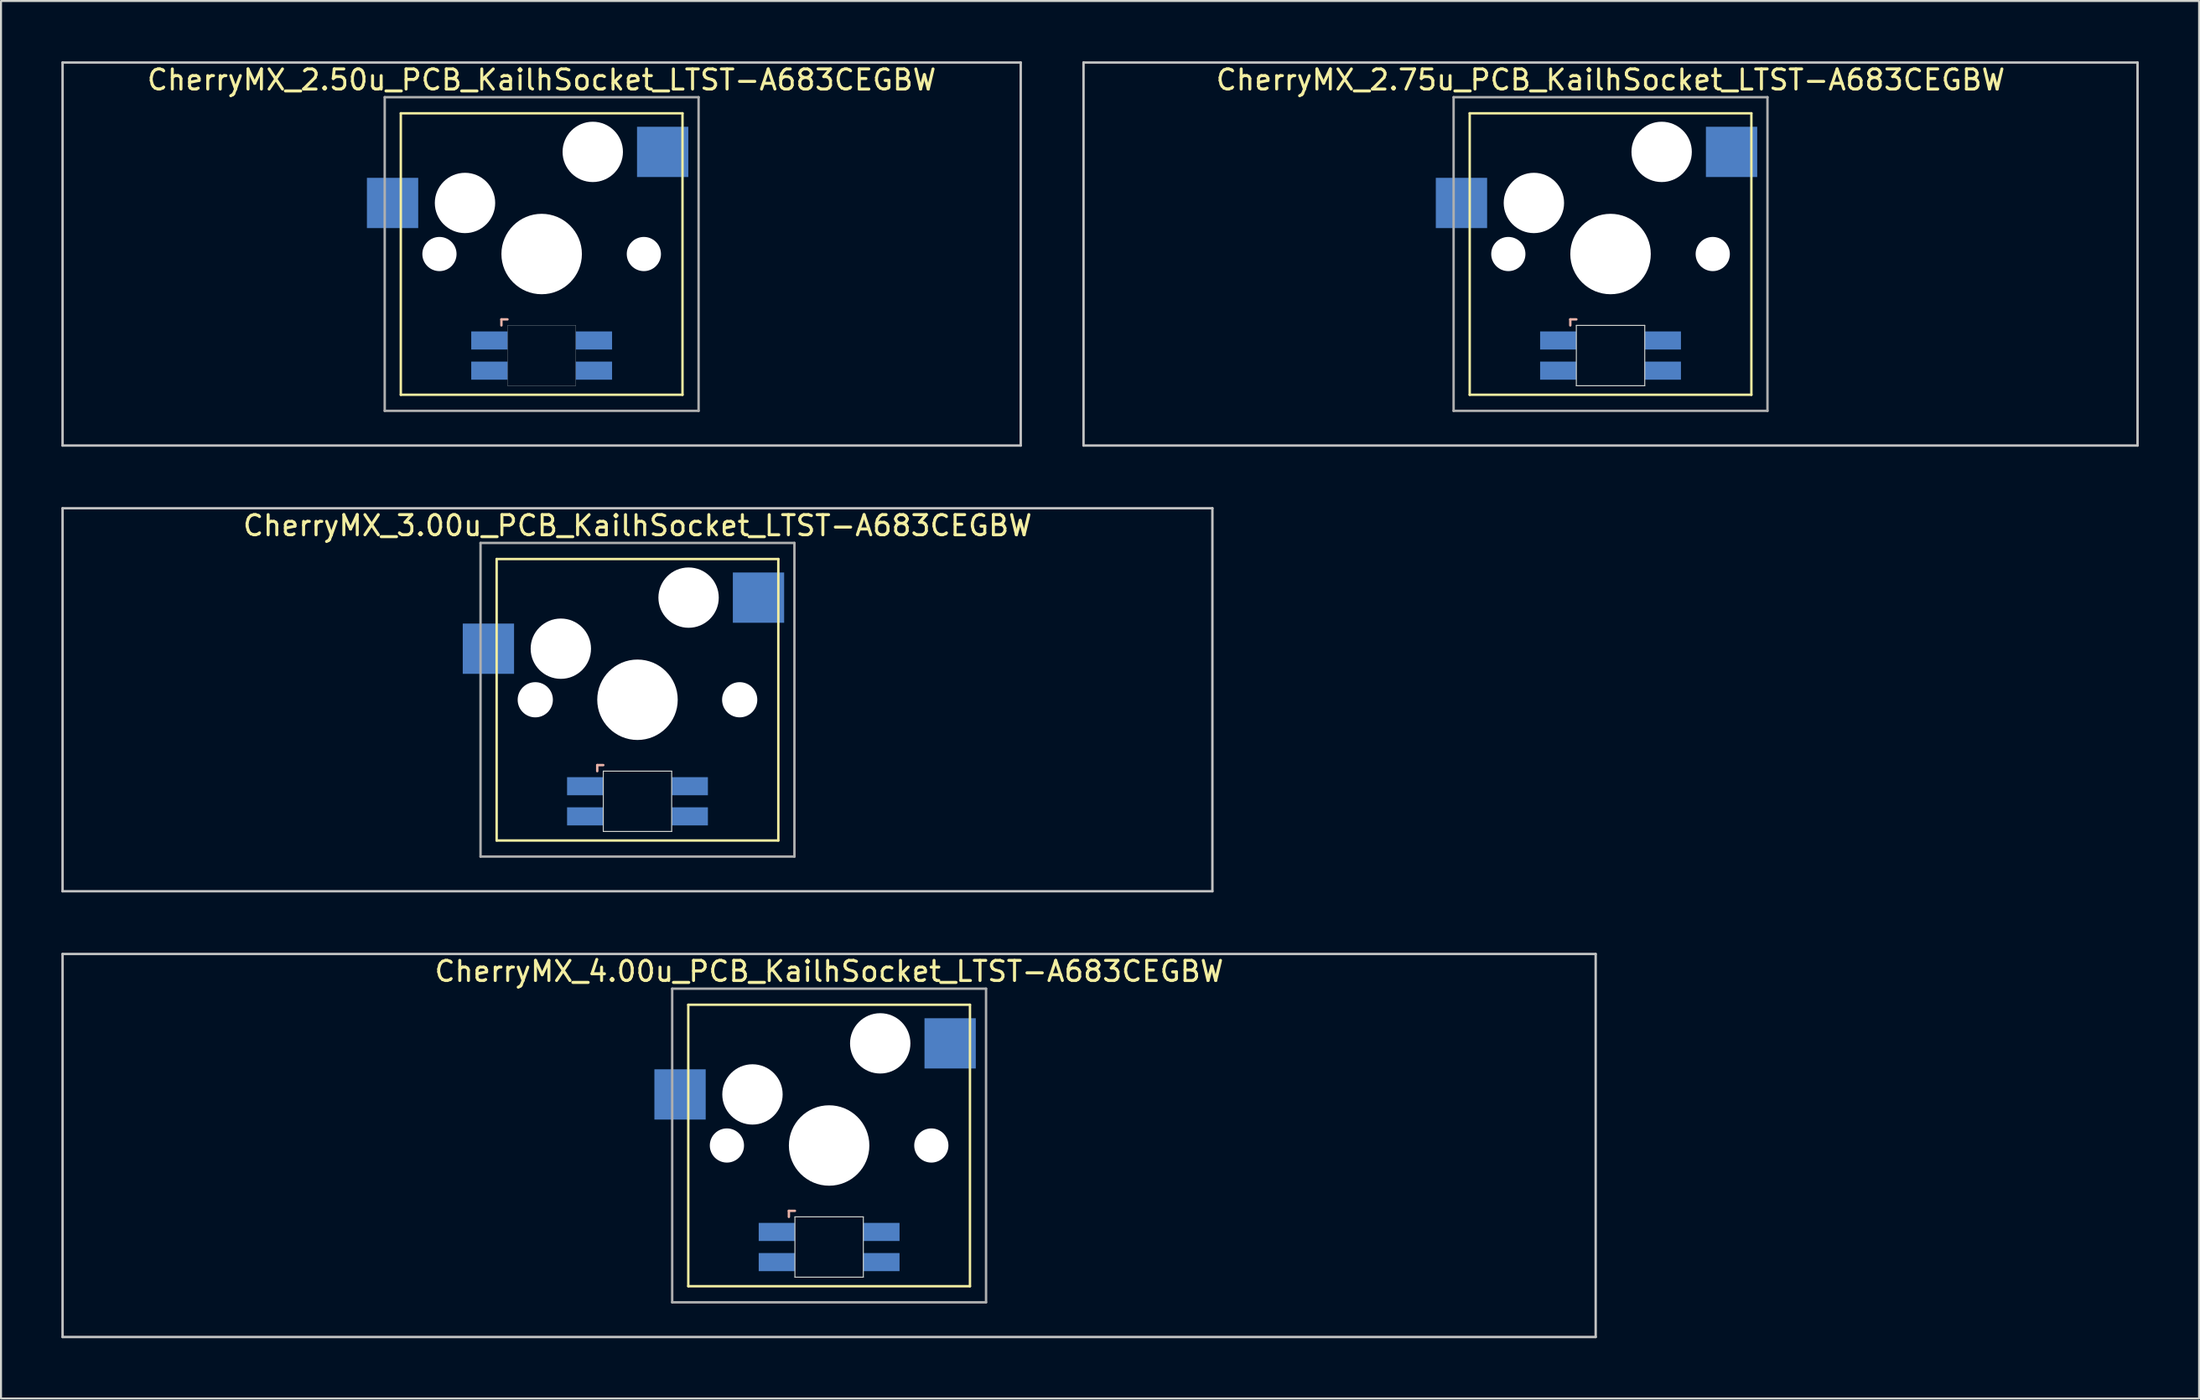
<source format=kicad_pcb>
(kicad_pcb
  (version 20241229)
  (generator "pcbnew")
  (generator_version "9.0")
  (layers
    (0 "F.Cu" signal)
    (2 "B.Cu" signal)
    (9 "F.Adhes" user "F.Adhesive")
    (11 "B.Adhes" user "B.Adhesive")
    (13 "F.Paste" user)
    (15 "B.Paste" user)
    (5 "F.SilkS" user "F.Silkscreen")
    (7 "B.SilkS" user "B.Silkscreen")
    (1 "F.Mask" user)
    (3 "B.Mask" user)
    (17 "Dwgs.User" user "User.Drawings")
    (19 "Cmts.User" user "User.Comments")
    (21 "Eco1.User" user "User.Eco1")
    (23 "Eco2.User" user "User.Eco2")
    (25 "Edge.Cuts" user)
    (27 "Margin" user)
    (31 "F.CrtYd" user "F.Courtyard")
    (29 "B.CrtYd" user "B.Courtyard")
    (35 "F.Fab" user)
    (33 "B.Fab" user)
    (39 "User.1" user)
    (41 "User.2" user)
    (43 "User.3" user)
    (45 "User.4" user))
  (footprint "CherryMX_2.50u_PCB_KailhSocket_LTST-A683CEGBW"
    (layer "F.Cu")
    (at 23.872 9.585)
    (property "Reference" "CherryMX_2.50u_PCB_KailhSocket_LTST-A683CEGBW" (at 0 -8.662 0) (layer "F.SilkS") (effects (font (size 1 1) (thickness 0.15))))
    (attr through_hole)
    (fp_line (start -7 -7) (end -7 7) (stroke (width 0.12) (type solid)) (layer "F.SilkS"))
    (fp_line (start -7 -7) (end 7 -7) (stroke (width 0.12) (type solid)) (layer "F.SilkS"))
    (fp_line (start 7 -7) (end 7 7) (stroke (width 0.12) (type solid)) (layer "F.SilkS"))
    (fp_line (start 7 7) (end -7 7) (stroke (width 0.12) (type solid)) (layer "F.SilkS"))
    (fp_line (start -2 3.25) (end -2 3.55) (stroke (width 0.12) (type solid)) (layer "B.SilkS"))
    (fp_line (start -1.7 3.25) (end -2 3.25) (stroke (width 0.12) (type solid)) (layer "B.SilkS"))
    (fp_line (start -23.812 -9.525) (end 23.812 -9.525) (stroke (width 0.12) (type solid)) (layer "Dwgs.User"))
    (fp_line (start -23.812 9.525) (end -23.812 -9.525) (stroke (width 0.12) (type solid)) (layer "Dwgs.User"))
    (fp_line (start 23.812 -9.525) (end 23.812 9.525) (stroke (width 0.12) (type solid)) (layer "Dwgs.User"))
    (fp_line (start 23.812 9.525) (end -23.812 9.525) (stroke (width 0.12) (type solid)) (layer "Dwgs.User"))
    (fp_poly (pts (xy 1.7 6.55) (xy -1.7 6.55) (xy -1.7 3.55) (xy 1.7 3.55)) (stroke (width 0.01) (type solid)) (fill no) (layer "Edge.Cuts"))
    (fp_line (start -7.8 -7.8) (end -7.8 7.8) (stroke (width 0.12) (type solid)) (layer "F.Fab"))
    (fp_line (start -7.8 -7.8) (end 7.8 -7.8) (stroke (width 0.12) (type solid)) (layer "F.Fab"))
    (fp_line (start -7.8 7.8) (end 7.8 7.8) (stroke (width 0.12) (type solid)) (layer "F.Fab"))
    (fp_line (start 7.8 -7.8) (end 7.8 7.8) (stroke (width 0.12) (type solid)) (layer "F.Fab"))
    (pad "" np_thru_hole circle (at -5.08 0) (size 1.7 1.7) (drill 1.7) (layers "*.Cu" "*.Mask"))
    (pad "" np_thru_hole circle (at -3.81 -2.54) (size 3 3) (drill 3) (layers "*.Cu" "*.Mask"))
    (pad "" np_thru_hole circle (at 0 0) (size 4 4) (drill 4) (layers "*.Cu" "*.Mask"))
    (pad "" np_thru_hole circle (at 2.54 -5.08) (size 3 3) (drill 3) (layers "*.Cu" "*.Mask"))
    (pad "" np_thru_hole circle (at 5.08 0) (size 1.7 1.7) (drill 1.7) (layers "*.Cu" "*.Mask"))
    (pad "1" smd rect (at -7.41 -2.54) (size 2.55 2.5) (layers "B.Cu" "B.Mask" "B.Paste"))
    (pad "2" smd rect (at 6.015 -5.08) (size 2.55 2.5) (layers "B.Cu" "B.Mask" "B.Paste"))
    (pad "3" smd rect (at -2.6 4.3) (size 1.8 0.9) (layers "B.Cu" "B.Mask" "B.Paste"))
    (pad "4" smd rect (at -2.6 5.8) (size 1.8 0.9) (layers "B.Cu" "B.Mask" "B.Paste"))
    (pad "5" smd rect (at 2.6 4.3) (size 1.8 0.9) (layers "B.Cu" "B.Mask" "B.Paste"))
    (pad "6" smd rect (at 2.6 5.8) (size 1.8 0.9) (layers "B.Cu" "B.Mask" "B.Paste")))
  (footprint "CherryMX_3.00u_PCB_KailhSocket_LTST-A683CEGBW"
    (layer "F.Cu")
    (at 28.635 31.755)
    (property "Reference" "CherryMX_3.00u_PCB_KailhSocket_LTST-A683CEGBW" (at 0 -8.662 0) (layer "F.SilkS") (effects (font (size 1 1) (thickness 0.15))))
    (attr through_hole)
    (fp_line (start -7 -7) (end -7 7) (stroke (width 0.12) (type solid)) (layer "F.SilkS"))
    (fp_line (start -7 -7) (end 7 -7) (stroke (width 0.12) (type solid)) (layer "F.SilkS"))
    (fp_line (start 7 -7) (end 7 7) (stroke (width 0.12) (type solid)) (layer "F.SilkS"))
    (fp_line (start 7 7) (end -7 7) (stroke (width 0.12) (type solid)) (layer "F.SilkS"))
    (fp_line (start -2 3.25) (end -2 3.55) (stroke (width 0.12) (type solid)) (layer "B.SilkS"))
    (fp_line (start -1.7 3.25) (end -2 3.25) (stroke (width 0.12) (type solid)) (layer "B.SilkS"))
    (fp_line (start -28.575 -9.525) (end 28.575 -9.525) (stroke (width 0.12) (type solid)) (layer "Dwgs.User"))
    (fp_line (start -28.575 9.525) (end -28.575 -9.525) (stroke (width 0.12) (type solid)) (layer "Dwgs.User"))
    (fp_line (start 28.575 -9.525) (end 28.575 9.525) (stroke (width 0.12) (type solid)) (layer "Dwgs.User"))
    (fp_line (start 28.575 9.525) (end -28.575 9.525) (stroke (width 0.12) (type solid)) (layer "Dwgs.User"))
    (fp_line (start -1.7 3.55) (end 1.7 3.55) (stroke (width 0.05) (type solid)) (layer "Edge.Cuts"))
    (fp_line (start -1.7 6.55) (end -1.7 3.55) (stroke (width 0.05) (type solid)) (layer "Edge.Cuts"))
    (fp_line (start 1.7 3.55) (end 1.7 6.55) (stroke (width 0.05) (type solid)) (layer "Edge.Cuts"))
    (fp_line (start 1.7 6.55) (end -1.7 6.55) (stroke (width 0.05) (type solid)) (layer "Edge.Cuts"))
    (fp_line (start -7.8 -7.8) (end -7.8 7.8) (stroke (width 0.12) (type solid)) (layer "F.Fab"))
    (fp_line (start -7.8 -7.8) (end 7.8 -7.8) (stroke (width 0.12) (type solid)) (layer "F.Fab"))
    (fp_line (start -7.8 7.8) (end 7.8 7.8) (stroke (width 0.12) (type solid)) (layer "F.Fab"))
    (fp_line (start 7.8 -7.8) (end 7.8 7.8) (stroke (width 0.12) (type solid)) (layer "F.Fab"))
    (pad "" np_thru_hole circle (at -5.08 0) (size 1.75 1.75) (drill 1.75) (layers "*.Cu" "*.Mask"))
    (pad "" np_thru_hole circle (at -3.81 -2.54) (size 3 3) (drill 3) (layers "*.Cu" "*.Mask"))
    (pad "" np_thru_hole circle (at 0 0) (size 4 4) (drill 4) (layers "*.Cu" "*.Mask"))
    (pad "" np_thru_hole circle (at 2.54 -5.08) (size 3 3) (drill 3) (layers "*.Cu" "*.Mask"))
    (pad "" np_thru_hole circle (at 5.08 0) (size 1.75 1.75) (drill 1.75) (layers "*.Cu" "*.Mask"))
    (pad "1" smd rect (at -7.41 -2.54) (size 2.55 2.5) (layers "B.Cu" "B.Mask" "B.Paste"))
    (pad "2" smd rect (at 6.015 -5.08) (size 2.55 2.5) (layers "B.Cu" "B.Mask" "B.Paste"))
    (pad "3" smd rect (at -2.6 4.3) (size 1.8 0.9) (layers "B.Cu" "B.Mask" "B.Paste"))
    (pad "4" smd rect (at -2.6 5.8) (size 1.8 0.9) (layers "B.Cu" "B.Mask" "B.Paste"))
    (pad "5" smd rect (at 2.6 4.3) (size 1.8 0.9) (layers "B.Cu" "B.Mask" "B.Paste"))
    (pad "6" smd rect (at 2.6 5.8) (size 1.8 0.9) (layers "B.Cu" "B.Mask" "B.Paste")))
  (footprint "CherryMX_4.00u_PCB_KailhSocket_LTST-A683CEGBW"
    (layer "F.Cu")
    (at 38.16 53.925)
    (property "Reference" "CherryMX_4.00u_PCB_KailhSocket_LTST-A683CEGBW" (at 0 -8.662 0) (layer "F.SilkS") (effects (font (size 1 1) (thickness 0.15))))
    (attr through_hole)
    (fp_line (start -7 -7) (end -7 7) (stroke (width 0.12) (type solid)) (layer "F.SilkS"))
    (fp_line (start -7 -7) (end 7 -7) (stroke (width 0.12) (type solid)) (layer "F.SilkS"))
    (fp_line (start 7 -7) (end 7 7) (stroke (width 0.12) (type solid)) (layer "F.SilkS"))
    (fp_line (start 7 7) (end -7 7) (stroke (width 0.12) (type solid)) (layer "F.SilkS"))
    (fp_line (start -2 3.25) (end -2 3.55) (stroke (width 0.12) (type solid)) (layer "B.SilkS"))
    (fp_line (start -1.7 3.25) (end -2 3.25) (stroke (width 0.12) (type solid)) (layer "B.SilkS"))
    (fp_line (start -38.1 -9.525) (end 38.1 -9.525) (stroke (width 0.12) (type solid)) (layer "Dwgs.User"))
    (fp_line (start -38.1 9.525) (end -38.1 -9.525) (stroke (width 0.12) (type solid)) (layer "Dwgs.User"))
    (fp_line (start 38.1 -9.525) (end 38.1 9.525) (stroke (width 0.12) (type solid)) (layer "Dwgs.User"))
    (fp_line (start 38.1 9.525) (end -38.1 9.525) (stroke (width 0.12) (type solid)) (layer "Dwgs.User"))
    (fp_line (start -1.7 3.55) (end 1.7 3.55) (stroke (width 0.05) (type solid)) (layer "Edge.Cuts"))
    (fp_line (start -1.7 6.55) (end -1.7 3.55) (stroke (width 0.05) (type solid)) (layer "Edge.Cuts"))
    (fp_line (start 1.7 3.55) (end 1.7 6.55) (stroke (width 0.05) (type solid)) (layer "Edge.Cuts"))
    (fp_line (start 1.7 6.55) (end -1.7 6.55) (stroke (width 0.05) (type solid)) (layer "Edge.Cuts"))
    (fp_line (start -7.8 -7.8) (end -7.8 7.8) (stroke (width 0.12) (type solid)) (layer "F.Fab"))
    (fp_line (start -7.8 -7.8) (end 7.8 -7.8) (stroke (width 0.12) (type solid)) (layer "F.Fab"))
    (fp_line (start -7.8 7.8) (end 7.8 7.8) (stroke (width 0.12) (type solid)) (layer "F.Fab"))
    (fp_line (start 7.8 -7.8) (end 7.8 7.8) (stroke (width 0.12) (type solid)) (layer "F.Fab"))
    (pad "" np_thru_hole circle (at -5.08 0) (size 1.7 1.7) (drill 1.7) (layers "*.Cu" "*.Mask"))
    (pad "" np_thru_hole circle (at -3.81 -2.54) (size 3 3) (drill 3) (layers "*.Cu" "*.Mask"))
    (pad "" np_thru_hole circle (at 0 0) (size 4 4) (drill 4) (layers "*.Cu" "*.Mask"))
    (pad "" np_thru_hole circle (at 2.54 -5.08) (size 3 3) (drill 3) (layers "*.Cu" "*.Mask"))
    (pad "" np_thru_hole circle (at 5.08 0) (size 1.7 1.7) (drill 1.7) (layers "*.Cu" "*.Mask"))
    (pad "1" smd rect (at -7.41 -2.54) (size 2.55 2.5) (layers "B.Cu" "B.Mask" "B.Paste"))
    (pad "2" smd rect (at 6.015 -5.08) (size 2.55 2.5) (layers "B.Cu" "B.Mask" "B.Paste"))
    (pad "3" smd rect (at -2.6 4.3) (size 1.8 0.9) (layers "B.Cu" "B.Mask" "B.Paste"))
    (pad "4" smd rect (at -2.6 5.8) (size 1.8 0.9) (layers "B.Cu" "B.Mask" "B.Paste"))
    (pad "5" smd rect (at 2.6 4.3) (size 1.8 0.9) (layers "B.Cu" "B.Mask" "B.Paste"))
    (pad "6" smd rect (at 2.6 5.8) (size 1.8 0.9) (layers "B.Cu" "B.Mask" "B.Paste")))
  (footprint "CherryMX_2.75u_PCB_KailhSocket_LTST-A683CEGBW"
    (layer "F.Cu")
    (at 76.999 9.585)
    (property "Reference" "CherryMX_2.75u_PCB_KailhSocket_LTST-A683CEGBW" (at 0 -8.662 0) (layer "F.SilkS") (effects (font (size 1 1) (thickness 0.15))))
    (attr through_hole)
    (fp_line (start -7 -7) (end -7 7) (stroke (width 0.12) (type solid)) (layer "F.SilkS"))
    (fp_line (start -7 -7) (end 7 -7) (stroke (width 0.12) (type solid)) (layer "F.SilkS"))
    (fp_line (start 7 -7) (end 7 7) (stroke (width 0.12) (type solid)) (layer "F.SilkS"))
    (fp_line (start 7 7) (end -7 7) (stroke (width 0.12) (type solid)) (layer "F.SilkS"))
    (fp_line (start -2 3.25) (end -2 3.55) (stroke (width 0.12) (type solid)) (layer "B.SilkS"))
    (fp_line (start -1.7 3.25) (end -2 3.25) (stroke (width 0.12) (type solid)) (layer "B.SilkS"))
    (fp_line (start -26.194 -9.525) (end 26.194 -9.525) (stroke (width 0.12) (type solid)) (layer "Dwgs.User"))
    (fp_line (start -26.194 9.525) (end -26.194 -9.525) (stroke (width 0.12) (type solid)) (layer "Dwgs.User"))
    (fp_line (start 26.194 -9.525) (end 26.194 9.525) (stroke (width 0.12) (type solid)) (layer "Dwgs.User"))
    (fp_line (start 26.194 9.525) (end -26.194 9.525) (stroke (width 0.12) (type solid)) (layer "Dwgs.User"))
    (fp_line (start -1.7 3.55) (end 1.7 3.55) (stroke (width 0.05) (type solid)) (layer "Edge.Cuts"))
    (fp_line (start -1.7 6.55) (end -1.7 3.55) (stroke (width 0.05) (type solid)) (layer "Edge.Cuts"))
    (fp_line (start 1.7 3.55) (end 1.7 6.55) (stroke (width 0.05) (type solid)) (layer "Edge.Cuts"))
    (fp_line (start 1.7 6.55) (end -1.7 6.55) (stroke (width 0.05) (type solid)) (layer "Edge.Cuts"))
    (fp_line (start -7.8 -7.8) (end -7.8 7.8) (stroke (width 0.12) (type solid)) (layer "F.Fab"))
    (fp_line (start -7.8 -7.8) (end 7.8 -7.8) (stroke (width 0.12) (type solid)) (layer "F.Fab"))
    (fp_line (start -7.8 7.8) (end 7.8 7.8) (stroke (width 0.12) (type solid)) (layer "F.Fab"))
    (fp_line (start 7.8 -7.8) (end 7.8 7.8) (stroke (width 0.12) (type solid)) (layer "F.Fab"))
    (pad "" np_thru_hole circle (at -5.08 0) (size 1.7 1.7) (drill 1.7) (layers "*.Cu" "*.Mask"))
    (pad "" np_thru_hole circle (at -3.81 -2.54) (size 3 3) (drill 3) (layers "*.Cu" "*.Mask"))
    (pad "" np_thru_hole circle (at 0 0) (size 4 4) (drill 4) (layers "*.Cu" "*.Mask"))
    (pad "" np_thru_hole circle (at 2.54 -5.08) (size 3 3) (drill 3) (layers "*.Cu" "*.Mask"))
    (pad "" np_thru_hole circle (at 5.08 0) (size 1.7 1.7) (drill 1.7) (layers "*.Cu" "*.Mask"))
    (pad "1" smd rect (at -7.41 -2.54) (size 2.55 2.5) (layers "B.Cu" "B.Mask" "B.Paste"))
    (pad "2" smd rect (at 6.015 -5.08) (size 2.55 2.5) (layers "B.Cu" "B.Mask" "B.Paste"))
    (pad "3" smd rect (at -2.6 4.3) (size 1.8 0.9) (layers "B.Cu" "B.Mask" "B.Paste"))
    (pad "4" smd rect (at -2.6 5.8) (size 1.8 0.9) (layers "B.Cu" "B.Mask" "B.Paste"))
    (pad "5" smd rect (at 2.6 4.3) (size 1.8 0.9) (layers "B.Cu" "B.Mask" "B.Paste"))
    (pad "6" smd rect (at 2.6 5.8) (size 1.8 0.9) (layers "B.Cu" "B.Mask" "B.Paste")))
  (gr_rect
    (start -3 -3)
    (end 106.252 66.51)
    (stroke (width 0.1) (type default))
    (fill no)
    (layer "Edge.Cuts")))
</source>
